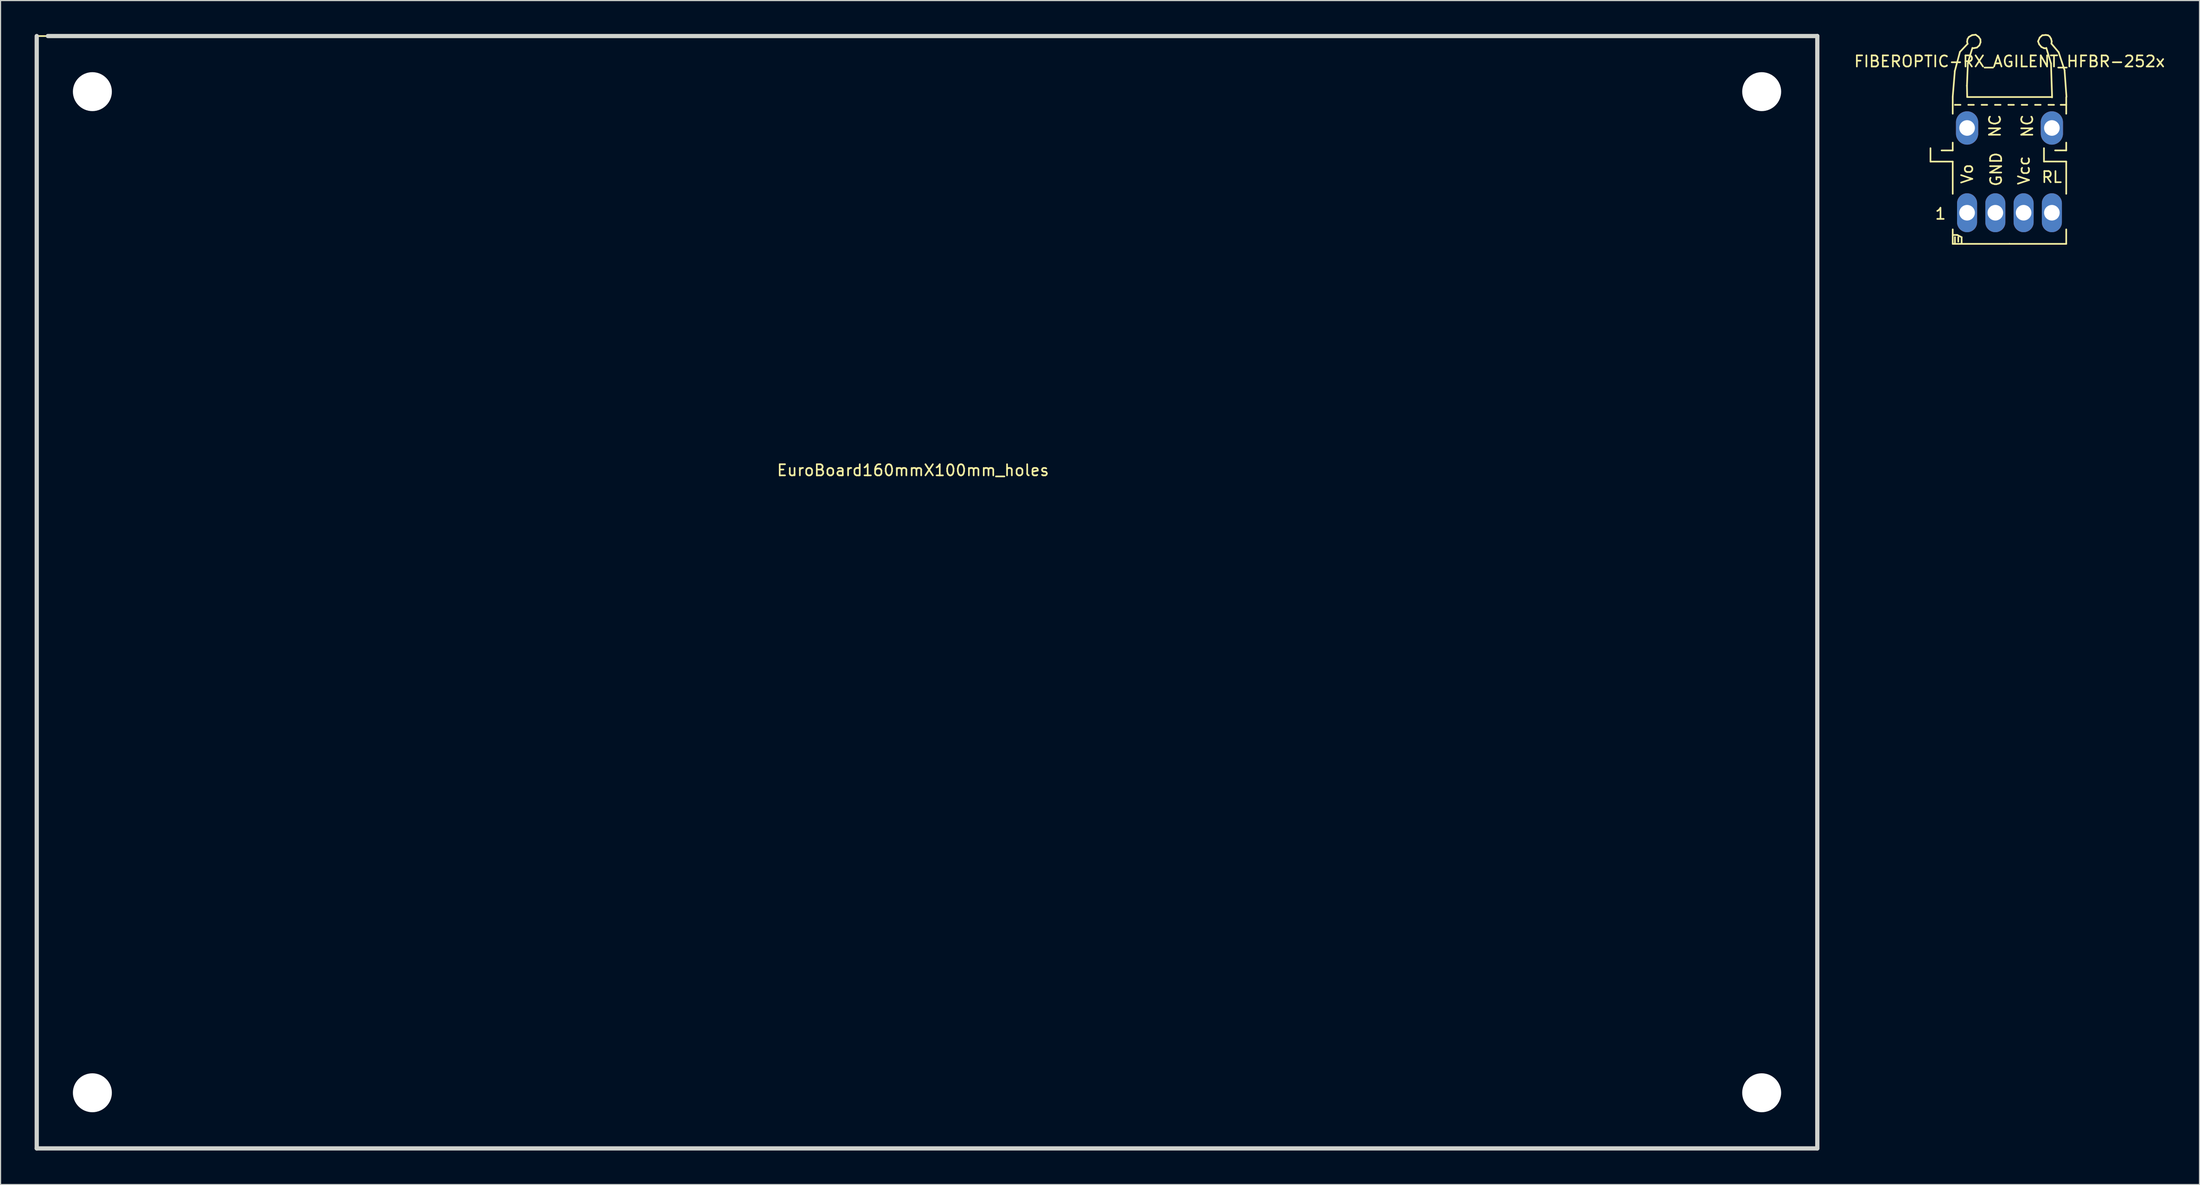
<source format=kicad_pcb>
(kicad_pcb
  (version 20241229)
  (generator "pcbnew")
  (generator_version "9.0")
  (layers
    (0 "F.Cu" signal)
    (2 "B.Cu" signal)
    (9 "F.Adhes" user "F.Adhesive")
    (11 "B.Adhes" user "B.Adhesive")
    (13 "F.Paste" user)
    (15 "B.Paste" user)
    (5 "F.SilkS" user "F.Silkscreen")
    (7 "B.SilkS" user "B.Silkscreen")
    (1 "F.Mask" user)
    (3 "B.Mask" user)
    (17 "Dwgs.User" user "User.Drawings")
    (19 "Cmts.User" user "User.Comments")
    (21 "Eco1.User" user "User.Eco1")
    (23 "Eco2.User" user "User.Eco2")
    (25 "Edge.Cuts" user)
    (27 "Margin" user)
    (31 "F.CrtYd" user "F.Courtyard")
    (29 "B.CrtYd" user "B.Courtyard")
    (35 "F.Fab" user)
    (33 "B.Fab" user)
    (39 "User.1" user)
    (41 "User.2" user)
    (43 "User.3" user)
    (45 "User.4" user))
  (footprint "FIBEROPTIC-RX_AGILENT_HFBR-252x"
    (layer "F.Cu")
    (at 177.518 10.474)
    (property "Reference" "FIBEROPTIC-RX_AGILENT_HFBR-252x" (at 0 -8.001 0) (layer "F.SilkS") (effects (font (size 1 1) (thickness 0.15))))
    (attr through_hole)
    (fp_line (start -7.099 1.001) (end -7.099 -0.201) (stroke (width 0.15) (type solid)) (layer "F.SilkS"))
    (fp_line (start -6.101 0) (end -5.1 0) (stroke (width 0.15) (type solid)) (layer "F.SilkS"))
    (fp_line (start -5.1 -4.831) (end -4.91 -7.14) (stroke (width 0.15) (type solid)) (layer "F.SilkS"))
    (fp_line (start -5.1 -4.801) (end -5.1 -3.299) (stroke (width 0.15) (type solid)) (layer "F.SilkS"))
    (fp_line (start -5.1 0) (end -5.1 -0.701) (stroke (width 0.15) (type solid)) (layer "F.SilkS"))
    (fp_line (start -5.1 1.001) (end -7.099 1.001) (stroke (width 0.15) (type solid)) (layer "F.SilkS"))
    (fp_line (start -5.1 1.001) (end -5.1 3.899) (stroke (width 0.15) (type solid)) (layer "F.SilkS"))
    (fp_line (start -5.1 7.6) (end -4.699 7.6) (stroke (width 0.15) (type solid)) (layer "F.SilkS"))
    (fp_line (start -5.1 8.4) (end -5.1 7.099) (stroke (width 0.15) (type solid)) (layer "F.SilkS"))
    (fp_line (start -4.91 -7.14) (end -4.45 -8.86) (stroke (width 0.15) (type solid)) (layer "F.SilkS"))
    (fp_line (start -4.9 7.8) (end -4.9 8.301) (stroke (width 0.15) (type solid)) (layer "F.SilkS"))
    (fp_line (start -4.699 7.6) (end -4.3 7.8) (stroke (width 0.15) (type solid)) (layer "F.SilkS"))
    (fp_line (start -4.6 7.8) (end -4.6 8.199) (stroke (width 0.15) (type solid)) (layer "F.SilkS"))
    (fp_line (start -4.45 -8.86) (end -3.769 -9.581) (stroke (width 0.15) (type solid)) (layer "F.SilkS"))
    (fp_line (start -4.404 -4.1) (end -4.905 -4.1) (stroke (width 0.15) (type solid)) (layer "F.SilkS"))
    (fp_line (start -4.3 7.8) (end -4.3 8.4) (stroke (width 0.15) (type solid)) (layer "F.SilkS"))
    (fp_line (start -3.82 -5.819) (end -3.739 -7.841) (stroke (width 0.15) (type solid)) (layer "F.SilkS"))
    (fp_line (start -3.81 -9.769) (end -3.759 -9.581) (stroke (width 0.15) (type solid)) (layer "F.SilkS"))
    (fp_line (start -3.8 -4.801) (end -3.82 -5.819) (stroke (width 0.15) (type solid)) (layer "F.SilkS"))
    (fp_line (start -3.769 -10.01) (end -3.81 -9.769) (stroke (width 0.15) (type solid)) (layer "F.SilkS"))
    (fp_line (start -3.739 -7.841) (end -3.551 -8.509) (stroke (width 0.15) (type solid)) (layer "F.SilkS"))
    (fp_line (start -3.65 -10.201) (end -3.769 -10.01) (stroke (width 0.15) (type solid)) (layer "F.SilkS"))
    (fp_line (start -3.551 -8.509) (end -3.33 -9.22) (stroke (width 0.15) (type solid)) (layer "F.SilkS"))
    (fp_line (start -3.35 -10.371) (end -3.65 -10.201) (stroke (width 0.15) (type solid)) (layer "F.SilkS"))
    (fp_line (start -3.269 -9.19) (end -3.119 -9.21) (stroke (width 0.15) (type solid)) (layer "F.SilkS"))
    (fp_line (start -3.203 -4.1) (end -3.703 -4.1) (stroke (width 0.15) (type solid)) (layer "F.SilkS"))
    (fp_line (start -3.119 -9.21) (end -2.921 -9.251) (stroke (width 0.15) (type solid)) (layer "F.SilkS"))
    (fp_line (start -3.03 -10.399) (end -3.35 -10.371) (stroke (width 0.15) (type solid)) (layer "F.SilkS"))
    (fp_line (start -2.921 -9.251) (end -2.7 -9.449) (stroke (width 0.15) (type solid)) (layer "F.SilkS"))
    (fp_line (start -2.771 -10.211) (end -3.03 -10.399) (stroke (width 0.15) (type solid)) (layer "F.SilkS"))
    (fp_line (start -2.7 -9.449) (end -2.601 -9.721) (stroke (width 0.15) (type solid)) (layer "F.SilkS"))
    (fp_line (start -2.611 -9.98) (end -2.771 -10.211) (stroke (width 0.15) (type solid)) (layer "F.SilkS"))
    (fp_line (start -2.601 -9.721) (end -2.611 -9.98) (stroke (width 0.15) (type solid)) (layer "F.SilkS"))
    (fp_line (start -2.004 -4.1) (end -2.504 -4.1) (stroke (width 0.15) (type solid)) (layer "F.SilkS"))
    (fp_line (start -0.803 -4.1) (end -1.303 -4.1) (stroke (width 0.15) (type solid)) (layer "F.SilkS"))
    (fp_line (start 0 8.4) (end -5.1 8.4) (stroke (width 0.15) (type solid)) (layer "F.SilkS"))
    (fp_line (start 0 8.4) (end 5.1 8.4) (stroke (width 0.15) (type solid)) (layer "F.SilkS"))
    (fp_line (start 0.396 -4.1) (end -0.104 -4.1) (stroke (width 0.15) (type solid)) (layer "F.SilkS"))
    (fp_line (start 1.598 -4.1) (end 1.097 -4.1) (stroke (width 0.15) (type solid)) (layer "F.SilkS"))
    (fp_line (start 2.57 -9.809) (end 2.67 -9.54) (stroke (width 0.15) (type solid)) (layer "F.SilkS"))
    (fp_line (start 2.67 -9.54) (end 2.87 -9.299) (stroke (width 0.15) (type solid)) (layer "F.SilkS"))
    (fp_line (start 2.72 -10.15) (end 2.57 -9.809) (stroke (width 0.15) (type solid)) (layer "F.SilkS"))
    (fp_line (start 2.799 -4.1) (end 2.299 -4.1) (stroke (width 0.15) (type solid)) (layer "F.SilkS"))
    (fp_line (start 2.87 -9.299) (end 3.109 -9.19) (stroke (width 0.15) (type solid)) (layer "F.SilkS"))
    (fp_line (start 2.949 -10.351) (end 2.72 -10.15) (stroke (width 0.15) (type solid)) (layer "F.SilkS"))
    (fp_line (start 3.099 1.001) (end 3.099 -0.201) (stroke (width 0.15) (type solid)) (layer "F.SilkS"))
    (fp_line (start 3.109 -9.19) (end 3.269 -9.18) (stroke (width 0.15) (type solid)) (layer "F.SilkS"))
    (fp_line (start 3.269 -10.381) (end 2.949 -10.351) (stroke (width 0.15) (type solid)) (layer "F.SilkS"))
    (fp_line (start 3.47 -10.351) (end 3.269 -10.381) (stroke (width 0.15) (type solid)) (layer "F.SilkS"))
    (fp_line (start 3.609 -10.249) (end 3.47 -10.351) (stroke (width 0.15) (type solid)) (layer "F.SilkS"))
    (fp_line (start 3.731 -10.051) (end 3.609 -10.249) (stroke (width 0.15) (type solid)) (layer "F.SilkS"))
    (fp_line (start 3.731 -7.821) (end 3.31 -9.22) (stroke (width 0.15) (type solid)) (layer "F.SilkS"))
    (fp_line (start 3.769 -9.601) (end 3.8 -9.799) (stroke (width 0.15) (type solid)) (layer "F.SilkS"))
    (fp_line (start 3.8 -9.799) (end 3.731 -10.051) (stroke (width 0.15) (type solid)) (layer "F.SilkS"))
    (fp_line (start 3.8 -4.801) (end -3.8 -4.801) (stroke (width 0.15) (type solid)) (layer "F.SilkS"))
    (fp_line (start 3.83 -4.77) (end 3.731 -7.821) (stroke (width 0.15) (type solid)) (layer "F.SilkS"))
    (fp_line (start 4 -4.1) (end 3.5 -4.1) (stroke (width 0.15) (type solid)) (layer "F.SilkS"))
    (fp_line (start 4.102 -0.003) (end 5.103 -0.003) (stroke (width 0.15) (type solid)) (layer "F.SilkS"))
    (fp_line (start 4.42 -8.829) (end 3.769 -9.601) (stroke (width 0.15) (type solid)) (layer "F.SilkS"))
    (fp_line (start 4.95 -7.211) (end 4.42 -8.829) (stroke (width 0.15) (type solid)) (layer "F.SilkS"))
    (fp_line (start 5.1 -4.1) (end 4.6 -4.1) (stroke (width 0.15) (type solid)) (layer "F.SilkS"))
    (fp_line (start 5.1 -3.299) (end 5.1 -4.801) (stroke (width 0.15) (type solid)) (layer "F.SilkS"))
    (fp_line (start 5.1 0) (end 5.1 -0.701) (stroke (width 0.15) (type solid)) (layer "F.SilkS"))
    (fp_line (start 5.1 3.899) (end 5.1 1.001) (stroke (width 0.15) (type solid)) (layer "F.SilkS"))
    (fp_line (start 5.1 8.4) (end 5.1 7.099) (stroke (width 0.15) (type solid)) (layer "F.SilkS"))
    (fp_line (start 5.103 0.998) (end 3.104 0.998) (stroke (width 0.15) (type solid)) (layer "F.SilkS"))
    (fp_line (start 5.121 -4.821) (end 4.95 -7.211) (stroke (width 0.15) (type solid)) (layer "F.SilkS"))
    (fp_text user "GND" (at -1.199 1.699 90) (layer "F.SilkS") (effects (font (size 1 1) (thickness 0.15))))
    (fp_text user "NC" (at -1.303 -2.2 90) (layer "F.SilkS") (effects (font (size 1 1) (thickness 0.15))))
    (fp_text user "NC" (at 1.6 -2.2 90) (layer "F.SilkS") (effects (font (size 1 1) (thickness 0.15))))
    (fp_text user "RL" (at 3.8 2.4 0) (layer "F.SilkS") (effects (font (size 1 1) (thickness 0.15))))
    (fp_text user "Vo" (at -3.8 2.101 90) (layer "F.SilkS") (effects (font (size 1 1) (thickness 0.15))))
    (fp_text user "Vcc" (at 1.3 1.801 90) (layer "F.SilkS") (effects (font (size 1 1) (thickness 0.15))))
    (fp_text user "1" (at -6.2 5.7 0) (layer "F.SilkS") (effects (font (size 1 1) (thickness 0.15))))
    (pad "1" thru_hole oval (at -3.81 5.601) (size 1.801 3.5) (drill 1.4) (layers "*.Cu" "*.Mask"))
    (pad "2" thru_hole oval (at -1.27 5.601) (size 1.801 3.5) (drill 1.4) (layers "*.Cu" "*.Mask"))
    (pad "3" thru_hole oval (at 1.27 5.601) (size 1.801 3.5) (drill 1.4) (layers "*.Cu" "*.Mask"))
    (pad "4" thru_hole oval (at 3.81 5.601) (size 1.801 3.5) (drill 1.4) (layers "*.Cu" "*.Mask"))
    (pad "5" thru_hole oval (at 3.81 -2.019) (size 1.999 3) (drill 1.4) (layers "*.Cu" "*.Mask"))
    (pad "6" thru_hole oval (at -3.81 -2.019) (size 1.999 3) (drill 1.4) (layers "*.Cu" "*.Mask")))
  (footprint "EuroBoard160mmX100mm_holes"
    (layer "F.Cu")
    (at 0.25 100.19)
    (property "Reference" "EuroBoard160mmX100mm_holes" (at 78.74 -60.96 0) (layer "F.SilkS") (effects (font (size 1 1) (thickness 0.15))))
    (attr through_hole)
    (fp_line (start 1.001 -100) (end 0 -100) (stroke (width 0.15) (type solid)) (layer "F.SilkS"))
    (fp_line (start 0 -100) (end 0 0) (stroke (width 0.381) (type solid)) (layer "Edge.Cuts"))
    (fp_line (start 0 0) (end 160 0) (stroke (width 0.381) (type solid)) (layer "Edge.Cuts"))
    (fp_line (start 160 -100) (end 1.001 -100) (stroke (width 0.381) (type solid)) (layer "Edge.Cuts"))
    (fp_line (start 160 0) (end 160 -100) (stroke (width 0.381) (type solid)) (layer "Edge.Cuts"))
    (pad "" np_thru_hole circle (at 5.001 -95.001) (size 3.5 3.5) (drill 3.5) (layers "*.Cu" "*.Mask"))
    (pad "" np_thru_hole circle (at 5.001 -5.001) (size 3.5 3.5) (drill 3.5) (layers "*.Cu" "*.Mask"))
    (pad "" np_thru_hole circle (at 155.001 -95.001) (size 3.5 3.5) (drill 3.5) (layers "*.Cu" "*.Mask"))
    (pad "" np_thru_hole circle (at 155.001 -5.001) (size 3.5 3.5) (drill 3.5) (layers "*.Cu" "*.Mask")))
  (gr_rect
    (start -3 -3)
    (end 194.595 103.44)
    (stroke (width 0.1) (type default))
    (fill no)
    (layer "Edge.Cuts")))
</source>
